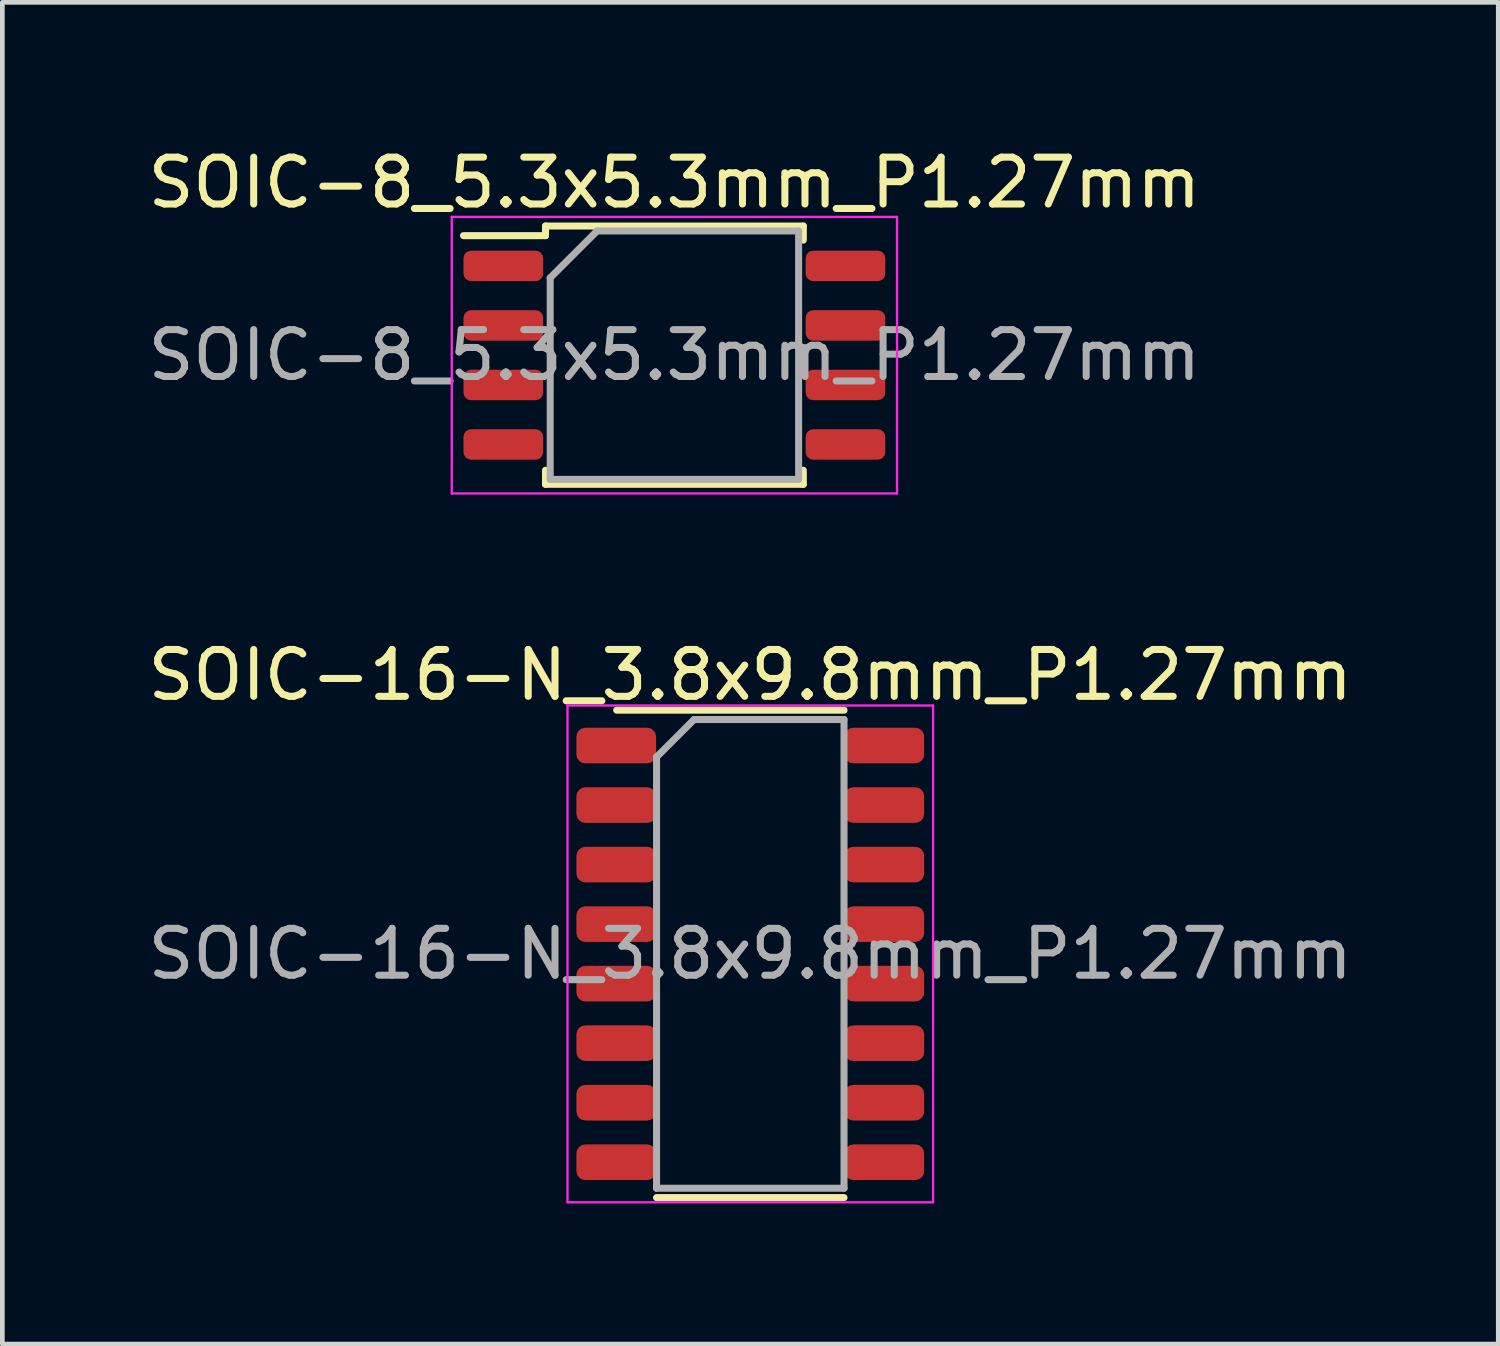
<source format=kicad_pcb>
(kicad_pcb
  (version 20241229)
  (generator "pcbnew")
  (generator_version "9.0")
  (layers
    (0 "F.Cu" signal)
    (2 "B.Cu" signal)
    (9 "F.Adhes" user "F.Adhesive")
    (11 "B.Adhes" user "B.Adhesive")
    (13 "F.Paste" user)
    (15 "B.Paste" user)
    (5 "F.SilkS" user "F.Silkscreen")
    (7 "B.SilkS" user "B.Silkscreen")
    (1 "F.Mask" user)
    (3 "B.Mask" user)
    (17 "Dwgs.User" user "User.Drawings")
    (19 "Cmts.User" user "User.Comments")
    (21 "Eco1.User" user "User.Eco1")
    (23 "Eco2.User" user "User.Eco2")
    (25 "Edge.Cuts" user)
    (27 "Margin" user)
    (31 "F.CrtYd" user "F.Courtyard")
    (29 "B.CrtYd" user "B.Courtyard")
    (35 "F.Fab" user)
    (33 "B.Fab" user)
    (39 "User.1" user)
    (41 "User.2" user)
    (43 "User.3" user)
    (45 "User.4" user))
  (footprint "SOIC-16-N_3.8x9.8mm_P1.27mm"
    (layer "F.Cu")
    (at 12.958 17.302)
    (property "Reference" "SOIC-16-N_3.8x9.8mm_P1.27mm" (at 0 -5.95 0) (layer "F.SilkS") (effects (font (size 1 1) (thickness 0.15))))
    (attr smd)
    (fp_line (start -2.85 -5.2) (end 2 -5.2) (stroke (width 0.15) (type solid)) (layer "F.SilkS"))
    (fp_line (start -2 5.2) (end 2 5.2) (stroke (width 0.15) (type solid)) (layer "F.SilkS"))
    (fp_line (start -3.9 -5.3) (end -3.9 5.3) (stroke (width 0.05) (type solid)) (layer "F.CrtYd"))
    (fp_line (start -3.9 -5.3) (end 3.9 -5.3) (stroke (width 0.05) (type solid)) (layer "F.CrtYd"))
    (fp_line (start -3.9 5.3) (end 3.9 5.3) (stroke (width 0.05) (type solid)) (layer "F.CrtYd"))
    (fp_line (start 3.9 -5.3) (end 3.9 5.3) (stroke (width 0.05) (type solid)) (layer "F.CrtYd"))
    (fp_line (start -2 -4.2) (end -1.2 -5) (stroke (width 0.15) (type solid)) (layer "F.Fab"))
    (fp_line (start -2 5) (end -2 -4.2) (stroke (width 0.15) (type solid)) (layer "F.Fab"))
    (fp_line (start -1.2 -5) (end 2 -5) (stroke (width 0.15) (type solid)) (layer "F.Fab"))
    (fp_line (start 2 -5) (end 2 5) (stroke (width 0.15) (type solid)) (layer "F.Fab"))
    (fp_line (start 2 5) (end -2 5) (stroke (width 0.15) (type solid)) (layer "F.Fab"))
    (fp_text user "${REFERENCE}" (at 0 0 0) (layer "F.Fab") (effects (font (size 1 1) (thickness 0.15))))
    (pad "1" smd roundrect (at -2.86 -4.445) (size 1.7 0.76) (layers "F.Cu" "F.Mask" "F.Paste") (roundrect_rratio 0.25))
    (pad "2" smd roundrect (at -2.86 -3.175) (size 1.7 0.76) (layers "F.Cu" "F.Mask" "F.Paste") (roundrect_rratio 0.25))
    (pad "3" smd roundrect (at -2.86 -1.905) (size 1.7 0.76) (layers "F.Cu" "F.Mask" "F.Paste") (roundrect_rratio 0.25))
    (pad "4" smd roundrect (at -2.86 -0.635) (size 1.7 0.76) (layers "F.Cu" "F.Mask" "F.Paste") (roundrect_rratio 0.25))
    (pad "5" smd roundrect (at -2.86 0.635) (size 1.7 0.76) (layers "F.Cu" "F.Mask" "F.Paste") (roundrect_rratio 0.25))
    (pad "6" smd roundrect (at -2.86 1.905) (size 1.7 0.76) (layers "F.Cu" "F.Mask" "F.Paste") (roundrect_rratio 0.25))
    (pad "7" smd roundrect (at -2.86 3.175) (size 1.7 0.76) (layers "F.Cu" "F.Mask" "F.Paste") (roundrect_rratio 0.25))
    (pad "8" smd roundrect (at -2.86 4.445) (size 1.7 0.76) (layers "F.Cu" "F.Mask" "F.Paste") (roundrect_rratio 0.25))
    (pad "9" smd roundrect (at 2.86 4.445) (size 1.7 0.76) (layers "F.Cu" "F.Mask" "F.Paste") (roundrect_rratio 0.25))
    (pad "10" smd roundrect (at 2.86 3.175) (size 1.7 0.76) (layers "F.Cu" "F.Mask" "F.Paste") (roundrect_rratio 0.25))
    (pad "11" smd roundrect (at 2.86 1.905) (size 1.7 0.76) (layers "F.Cu" "F.Mask" "F.Paste") (roundrect_rratio 0.25))
    (pad "12" smd roundrect (at 2.86 0.635) (size 1.7 0.76) (layers "F.Cu" "F.Mask" "F.Paste") (roundrect_rratio 0.25))
    (pad "13" smd roundrect (at 2.86 -0.635) (size 1.7 0.76) (layers "F.Cu" "F.Mask" "F.Paste") (roundrect_rratio 0.25))
    (pad "14" smd roundrect (at 2.86 -1.905) (size 1.7 0.76) (layers "F.Cu" "F.Mask" "F.Paste") (roundrect_rratio 0.25))
    (pad "15" smd roundrect (at 2.86 -3.175) (size 1.7 0.76) (layers "F.Cu" "F.Mask" "F.Paste") (roundrect_rratio 0.25))
    (pad "16" smd roundrect (at 2.86 -4.445) (size 1.7 0.76) (layers "F.Cu" "F.Mask" "F.Paste") (roundrect_rratio 0.25)))
  (footprint "SOIC-8_5.3x5.3mm_P1.27mm"
    (layer "F.Cu")
    (at 11.339 4.528)
    (property "Reference" "SOIC-8_5.3x5.3mm_P1.27mm" (at 0 -3.68 0) (layer "F.SilkS") (effects (font (size 1 1) (thickness 0.15))))
    (attr smd)
    (fp_line (start -2.75 -2.755) (end -2.75 -2.55) (stroke (width 0.15) (type solid)) (layer "F.SilkS"))
    (fp_line (start -2.75 -2.755) (end 2.75 -2.755) (stroke (width 0.15) (type solid)) (layer "F.SilkS"))
    (fp_line (start -2.75 -2.55) (end -4.5 -2.55) (stroke (width 0.15) (type solid)) (layer "F.SilkS"))
    (fp_line (start -2.75 2.755) (end -2.75 2.455) (stroke (width 0.15) (type solid)) (layer "F.SilkS"))
    (fp_line (start -2.75 2.755) (end 2.75 2.755) (stroke (width 0.15) (type solid)) (layer "F.SilkS"))
    (fp_line (start 2.75 -2.755) (end 2.75 -2.455) (stroke (width 0.15) (type solid)) (layer "F.SilkS"))
    (fp_line (start 2.75 2.755) (end 2.75 2.455) (stroke (width 0.15) (type solid)) (layer "F.SilkS"))
    (fp_line (start -4.75 -2.95) (end -4.75 2.95) (stroke (width 0.05) (type solid)) (layer "F.CrtYd"))
    (fp_line (start -4.75 -2.95) (end 4.75 -2.95) (stroke (width 0.05) (type solid)) (layer "F.CrtYd"))
    (fp_line (start -4.75 2.95) (end 4.75 2.95) (stroke (width 0.05) (type solid)) (layer "F.CrtYd"))
    (fp_line (start 4.75 -2.95) (end 4.75 2.95) (stroke (width 0.05) (type solid)) (layer "F.CrtYd"))
    (fp_line (start -2.65 -1.65) (end -1.65 -2.65) (stroke (width 0.15) (type solid)) (layer "F.Fab"))
    (fp_line (start -2.65 2.65) (end -2.65 -1.65) (stroke (width 0.15) (type solid)) (layer "F.Fab"))
    (fp_line (start -1.65 -2.65) (end 2.65 -2.65) (stroke (width 0.15) (type solid)) (layer "F.Fab"))
    (fp_line (start 2.65 -2.65) (end 2.65 2.65) (stroke (width 0.15) (type solid)) (layer "F.Fab"))
    (fp_line (start 2.65 2.65) (end -2.65 2.65) (stroke (width 0.15) (type solid)) (layer "F.Fab"))
    (fp_text user "${REFERENCE}" (at 0 0 0) (layer "F.Fab") (effects (font (size 1 1) (thickness 0.15))))
    (pad "1" smd roundrect (at -3.65 -1.905) (size 1.7 0.65) (layers "F.Cu" "F.Mask" "F.Paste") (roundrect_rratio 0.25))
    (pad "2" smd roundrect (at -3.65 -0.635) (size 1.7 0.65) (layers "F.Cu" "F.Mask" "F.Paste") (roundrect_rratio 0.25))
    (pad "3" smd roundrect (at -3.65 0.635) (size 1.7 0.65) (layers "F.Cu" "F.Mask" "F.Paste") (roundrect_rratio 0.25))
    (pad "4" smd roundrect (at -3.65 1.905) (size 1.7 0.65) (layers "F.Cu" "F.Mask" "F.Paste") (roundrect_rratio 0.25))
    (pad "5" smd roundrect (at 3.65 1.905) (size 1.7 0.65) (layers "F.Cu" "F.Mask" "F.Paste") (roundrect_rratio 0.25))
    (pad "6" smd roundrect (at 3.65 0.635) (size 1.7 0.65) (layers "F.Cu" "F.Mask" "F.Paste") (roundrect_rratio 0.25))
    (pad "7" smd roundrect (at 3.65 -0.635) (size 1.7 0.65) (layers "F.Cu" "F.Mask" "F.Paste") (roundrect_rratio 0.25))
    (pad "8" smd roundrect (at 3.65 -1.905) (size 1.7 0.65) (layers "F.Cu" "F.Mask" "F.Paste") (roundrect_rratio 0.25)))
  (gr_rect
    (start -3 -3)
    (end 28.917 25.627)
    (stroke (width 0.1) (type default))
    (fill no)
    (layer "Edge.Cuts")))
</source>
